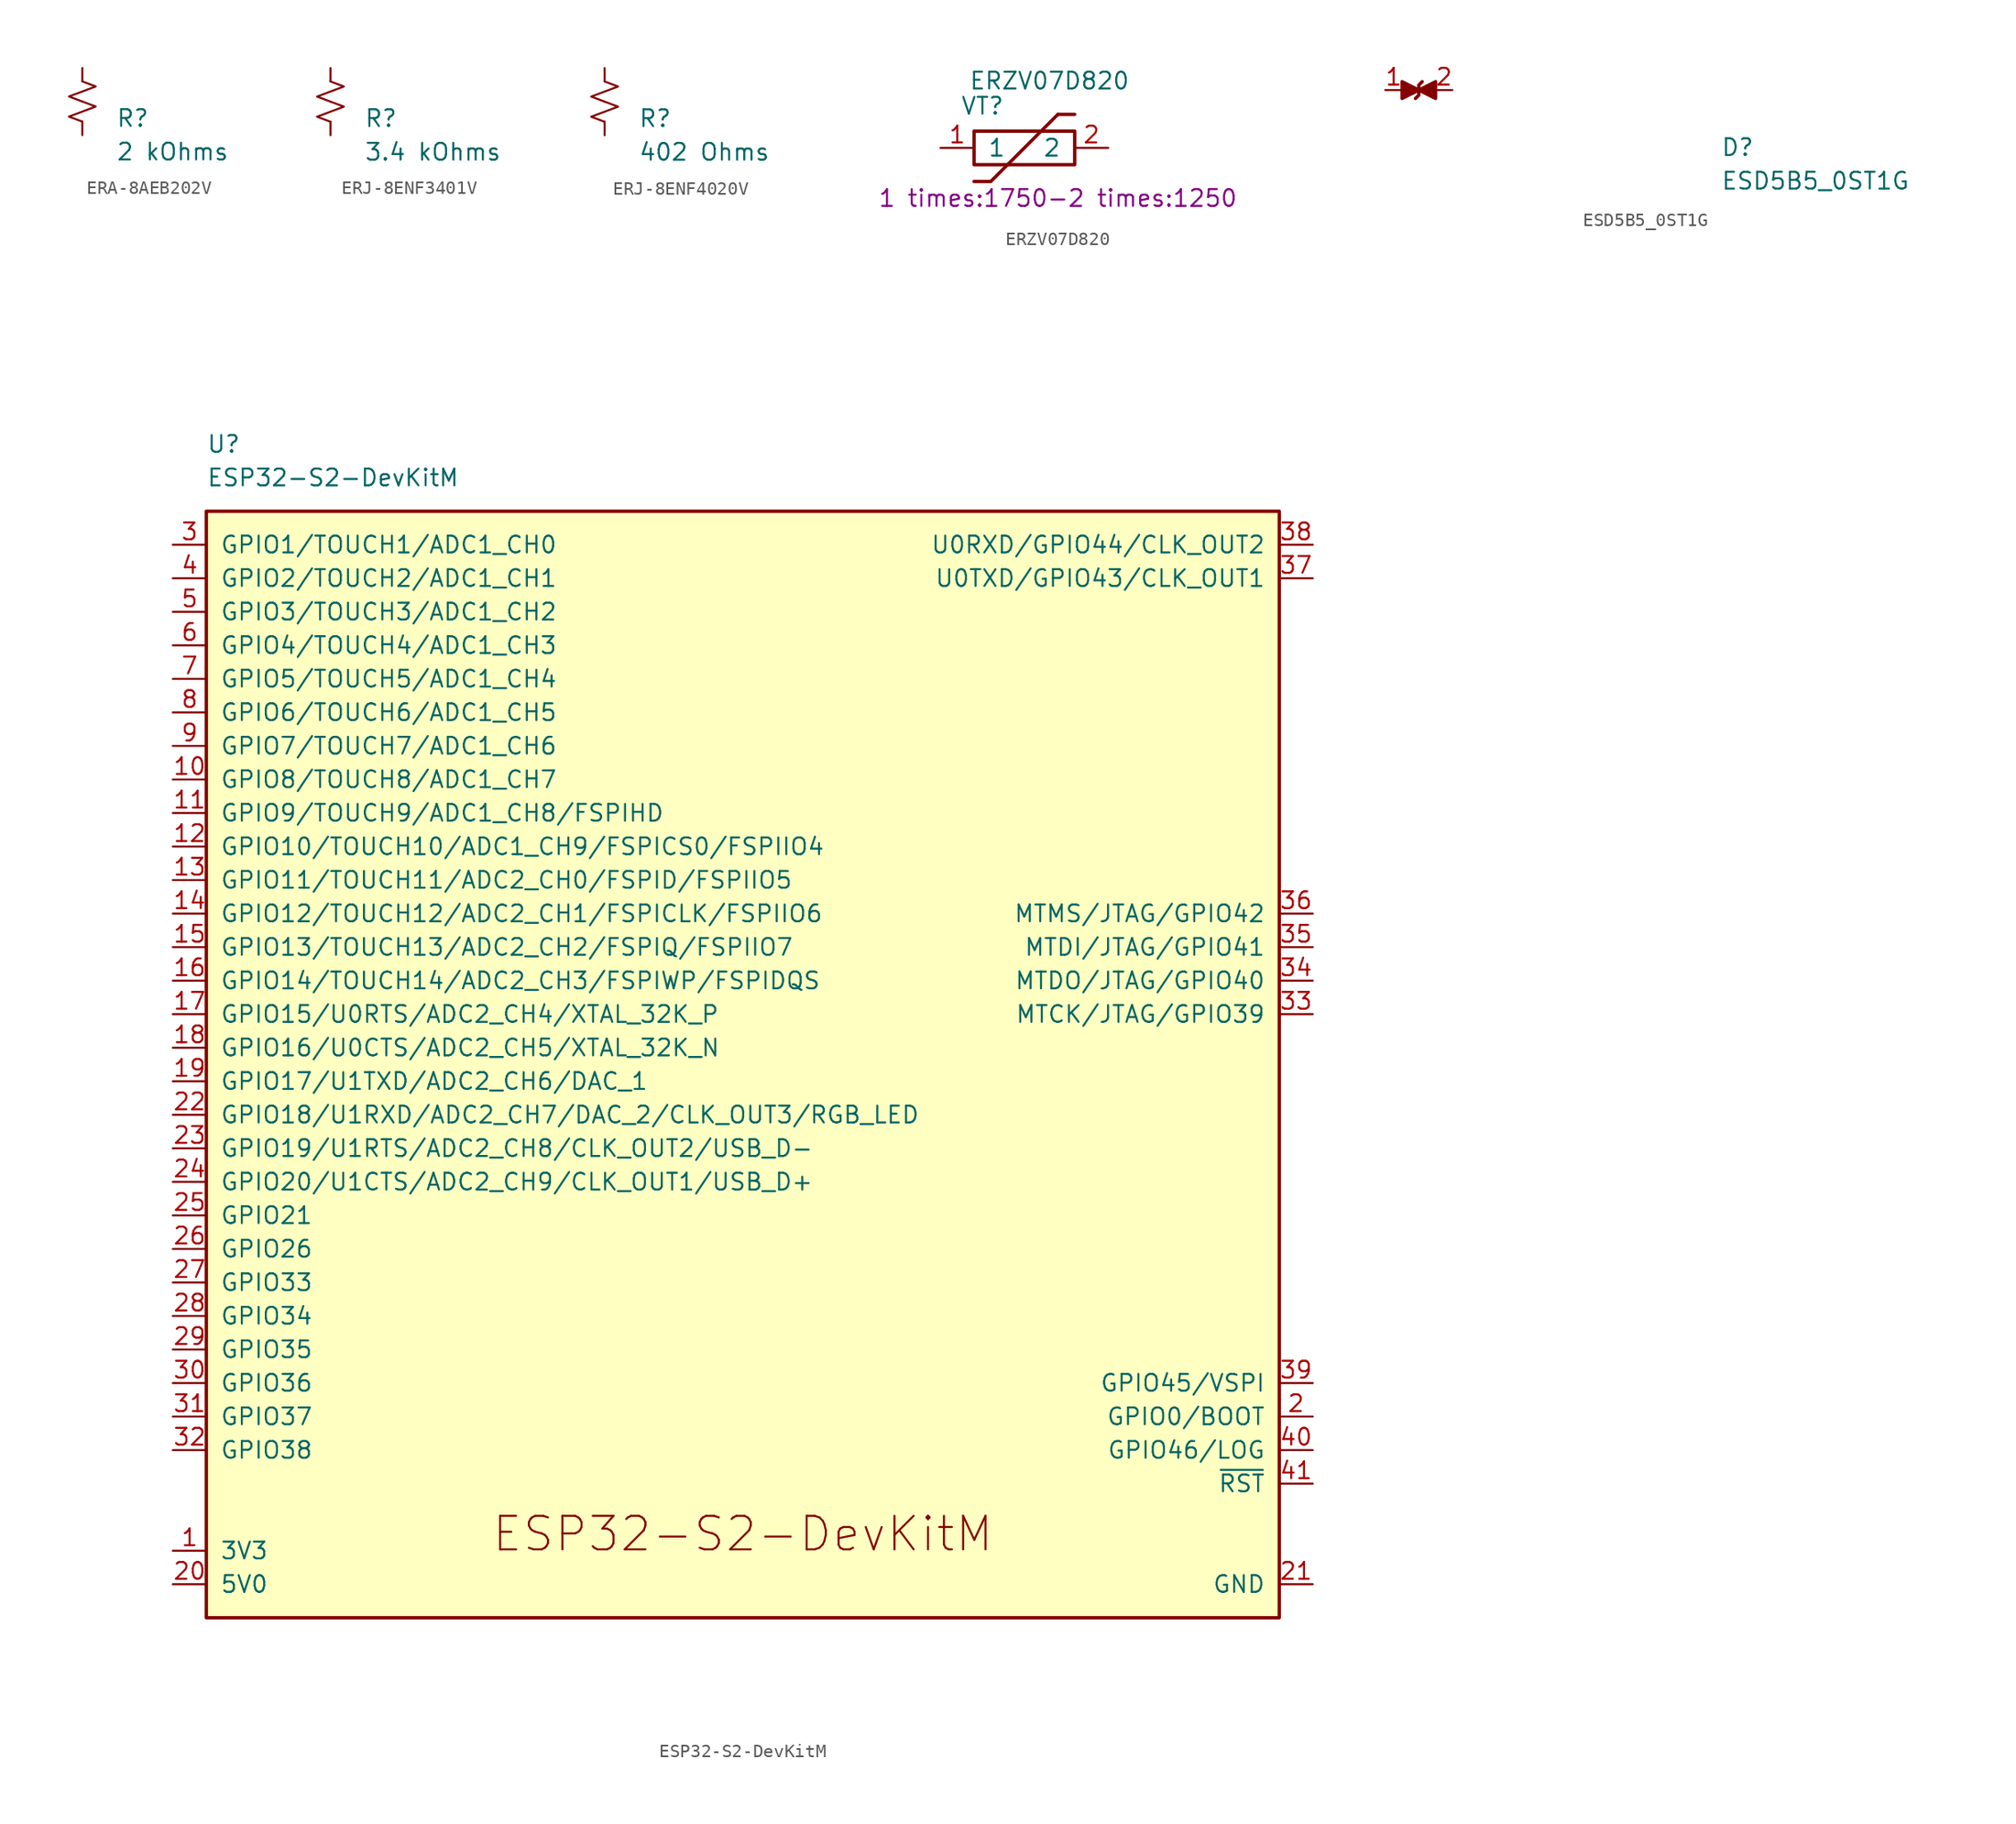
<source format=kicad_sym>
(kicad_symbol_lib
  (version 20231120)
  (generator "kicad_symbol_editor")
  (generator_version "8.0")
  (symbol "ERA-8AEB202V"
    (pin_numbers hide)
    (pin_names
      (offset 0.254) hide)
    (property "Reference" "R"
      (at 2.54 -1.27 0)
      (effects (font (size 1.27 1.27)) (justify left)))
    (property "Value" "2 kOhms"
      (at 2.54 -3.81 0)
      (effects (font (size 1.27 1.27)) (justify left)))
    (symbol "ERA-8AEB202V_1_1"
      (polyline (pts (xy 0 0) (xy 1.016 -0.381) (xy 0 -0.762) (xy -1.016 -1.143) (xy 0 -1.524)) (stroke (width 0) (type default)) (fill (type none)))
      (polyline (pts (xy 0 1.524) (xy 1.016 1.143) (xy 0 0.762) (xy -1.016 0.381) (xy 0 0)) (stroke (width 0) (type default)) (fill (type none)))
      (pin passive line (at 0 2.54 270) (length 1.016) (name "~" (effects (font (size 1.27 1.27)))) (number "1" (effects (font (size 1.27 1.27)))))
      (pin passive line (at 0 -2.54 90) (length 1.016) (name "~" (effects (font (size 1.27 1.27)))) (number "2" (effects (font (size 1.27 1.27)))))))
  (symbol "ERJ-8ENF3401V"
    (pin_numbers hide)
    (pin_names
      (offset 0.254) hide)
    (property "Reference" "R"
      (at 2.54 -1.27 0)
      (effects (font (size 1.27 1.27)) (justify left)))
    (property "Value" "3.4 kOhms"
      (at 2.54 -3.81 0)
      (effects (font (size 1.27 1.27)) (justify left)))
    (symbol "ERJ-8ENF3401V_1_1"
      (polyline (pts (xy 0 0) (xy 1.016 -0.381) (xy 0 -0.762) (xy -1.016 -1.143) (xy 0 -1.524)) (stroke (width 0) (type default)) (fill (type none)))
      (polyline (pts (xy 0 1.524) (xy 1.016 1.143) (xy 0 0.762) (xy -1.016 0.381) (xy 0 0)) (stroke (width 0) (type default)) (fill (type none)))
      (pin passive line (at 0 2.54 270) (length 1.016) (name "~" (effects (font (size 1.27 1.27)))) (number "1" (effects (font (size 1.27 1.27)))))
      (pin passive line (at 0 -2.54 90) (length 1.016) (name "~" (effects (font (size 1.27 1.27)))) (number "2" (effects (font (size 1.27 1.27)))))))
  (symbol "ERJ-8ENF4020V"
    (pin_numbers hide)
    (pin_names
      (offset 0.254) hide)
    (property "Reference" "R"
      (at 2.54 -1.27 0)
      (effects (font (size 1.27 1.27)) (justify left)))
    (property "Value" "402 Ohms"
      (at 2.54 -3.81 0)
      (effects (font (size 1.27 1.27)) (justify left)))
    (symbol "ERJ-8ENF4020V_1_1"
      (polyline (pts (xy 0 0) (xy 1.016 -0.381) (xy 0 -0.762) (xy -1.016 -1.143) (xy 0 -1.524)) (stroke (width 0) (type default)) (fill (type none)))
      (polyline (pts (xy 0 1.524) (xy 1.016 1.143) (xy 0 0.762) (xy -1.016 0.381) (xy 0 0)) (stroke (width 0) (type default)) (fill (type none)))
      (pin passive line (at 0 2.54 270) (length 1.016) (name "~" (effects (font (size 1.27 1.27)))) (number "1" (effects (font (size 1.27 1.27)))))
      (pin passive line (at 0 -2.54 90) (length 1.016) (name "~" (effects (font (size 1.27 1.27)))) (number "2" (effects (font (size 1.27 1.27)))))))
  (symbol "ERZV07D820"
    (pin_names
      (offset 1.016))
    (property "Reference" "VT"
      (at -3.175 3.175 0)
      (effects (font (size 1.27 1.27))))
    (property "Value" "ERZV07D820"
      (at 1.905 5.08 0)
      (effects (font (size 1.27 1.27))))
    (property "Maximum peark current at 8/20us" "1 times:1750-2 times:1250"
      (at 2.54 -3.81 0)
      (effects (font (size 1.27 1.27))))
    (symbol "ERZV07D820_0_1"
      (rectangle (start -3.81 1.27) (end 3.81 -1.27) (stroke (width 0.254) (type solid)) (fill (type none)))
      (polyline (pts (xy 2.54 2.54) (xy 3.81 2.54)) (stroke (width 0.254) (type solid)) (fill (type none)))
      (polyline (pts (xy 2.54 2.54) (xy -2.54 -2.54) (xy -3.81 -2.54)) (stroke (width 0.254) (type solid)) (fill (type none))))
    (symbol "ERZV07D820_1_1"
      (pin input line (at -6.35 0 0) (length 2.54) (name "1" (effects (font (size 1.27 1.27)))) (number "1" (effects (font (size 1.27 1.27)))))
      (pin input line (at 6.35 0 180) (length 2.54) (name "2" (effects (font (size 1.27 1.27)))) (number "2" (effects (font (size 1.27 1.27)))))))
  (symbol "ESD5B5_0ST1G"
    (pin_names hide)
    (property "Reference" "D"
      (at 25.4 -5.08 0)
      (effects (font (size 1.27 1.27) (thickness 0.15)) (justify left bottom)))
    (property "Value" "ESD5B5_0ST1G"
      (at 25.4 -7.62 0)
      (effects (font (size 1.27 1.27) (thickness 0.15)) (justify left bottom)))
    (symbol "ESD5B5_0ST1G_1_1"
      (polyline (pts (xy 2.286 -0.635) (xy 2.54 -0.381) (xy 2.54 0.381) (xy 2.794 0.635)) (stroke (width 0.254) (type default)) (fill (type none)))
      (polyline (pts (xy 2.54 0) (xy 1.27 -0.635) (xy 1.27 0.635) (xy 2.54 0)) (stroke (width 0.254) (type default)) (fill (type outline)))
      (polyline (pts (xy 2.54 0) (xy 3.81 0.635) (xy 3.81 -0.635) (xy 2.54 0)) (stroke (width 0.254) (type default)) (fill (type outline)))
      (pin passive line (at 0 0 0) (length 1.27) (name "1" (effects (font (size 1.27 1.27)))) (number "1" (effects (font (size 1.27 1.27)))))
      (pin passive line (at 5.08 0 180) (length 1.27) (name "2" (effects (font (size 1.27 1.27)))) (number "2" (effects (font (size 1.27 1.27)))))))
  (symbol "ESP32-S2-DevKitM"
    (pin_names
      (offset 1.016))
    (property "Reference" "U"
      (at -40.64 45.72 0)
      (effects (font (size 1.27 1.27)) (justify left)))
    (property "Value" "ESP32-S2-DevKitM"
      (at -40.64 43.18 0)
      (effects (font (size 1.27 1.27)) (justify left)))
    (symbol "ESP32-S2-DevKitM_0_1"
      (rectangle (start -40.64 40.64) (end 40.64 -43.18) (stroke (width 0.254) (type default)) (fill (type background))))
    (symbol "ESP32-S2-DevKitM_1_1"
      (text "ESP32-S2-DevKitM" (at 0 -36.83 0) (effects (font (size 2.54 2.54))))
      (pin power_out line (at -43.18 -38.1 0) (length 2.54) (name "3V3" (effects (font (size 1.27 1.27)))) (number "1" (effects (font (size 1.27 1.27)))))
      (pin bidirectional line (at -43.18 20.32 0) (length 2.54) (name "GPIO8/TOUCH8/ADC1_CH7" (effects (font (size 1.27 1.27)))) (number "10" (effects (font (size 1.27 1.27)))))
      (pin bidirectional line (at -43.18 17.78 0) (length 2.54) (name "GPIO9/TOUCH9/ADC1_CH8/FSPIHD" (effects (font (size 1.27 1.27)))) (number "11" (effects (font (size 1.27 1.27)))))
      (pin bidirectional line (at -43.18 15.24 0) (length 2.54) (name "GPIO10/TOUCH10/ADC1_CH9/FSPICS0/FSPIIO4" (effects (font (size 1.27 1.27)))) (number "12" (effects (font (size 1.27 1.27)))))
      (pin bidirectional line (at -43.18 12.7 0) (length 2.54) (name "GPIO11/TOUCH11/ADC2_CH0/FSPID/FSPIIO5" (effects (font (size 1.27 1.27)))) (number "13" (effects (font (size 1.27 1.27)))))
      (pin bidirectional line (at -43.18 10.16 0) (length 2.54) (name "GPIO12/TOUCH12/ADC2_CH1/FSPICLK/FSPIIO6" (effects (font (size 1.27 1.27)))) (number "14" (effects (font (size 1.27 1.27)))))
      (pin bidirectional line (at -43.18 7.62 0) (length 2.54) (name "GPIO13/TOUCH13/ADC2_CH2/FSPIQ/FSPIIO7" (effects (font (size 1.27 1.27)))) (number "15" (effects (font (size 1.27 1.27)))))
      (pin bidirectional line (at -43.18 5.08 0) (length 2.54) (name "GPIO14/TOUCH14/ADC2_CH3/FSPIWP/FSPIDQS" (effects (font (size 1.27 1.27)))) (number "16" (effects (font (size 1.27 1.27)))))
      (pin bidirectional line (at -43.18 2.54 0) (length 2.54) (name "GPIO15/U0RTS/ADC2_CH4/XTAL_32K_P" (effects (font (size 1.27 1.27)))) (number "17" (effects (font (size 1.27 1.27)))))
      (pin bidirectional line (at -43.18 0 0) (length 2.54) (name "GPIO16/U0CTS/ADC2_CH5/XTAL_32K_N" (effects (font (size 1.27 1.27)))) (number "18" (effects (font (size 1.27 1.27)))))
      (pin bidirectional line (at -43.18 -2.54 0) (length 2.54) (name "GPIO17/U1TXD/ADC2_CH6/DAC_1" (effects (font (size 1.27 1.27)))) (number "19" (effects (font (size 1.27 1.27)))))
      (pin bidirectional line (at 43.18 -27.94 180) (length 2.54) (name "GPIO0/BOOT" (effects (font (size 1.27 1.27)))) (number "2" (effects (font (size 1.27 1.27)))))
      (pin power_in line (at -43.18 -40.64 0) (length 2.54) (name "5V0" (effects (font (size 1.27 1.27)))) (number "20" (effects (font (size 1.27 1.27)))))
      (pin power_in line (at 43.18 -40.64 180) (length 2.54) (name "GND" (effects (font (size 1.27 1.27)))) (number "21" (effects (font (size 1.27 1.27)))))
      (pin bidirectional line (at -43.18 -5.08 0) (length 2.54) (name "GPIO18/U1RXD/ADC2_CH7/DAC_2/CLK_OUT3/RGB_LED" (effects (font (size 1.27 1.27)))) (number "22" (effects (font (size 1.27 1.27)))))
      (pin bidirectional line (at -43.18 -7.62 0) (length 2.54) (name "GPIO19/U1RTS/ADC2_CH8/CLK_OUT2/USB_D-" (effects (font (size 1.27 1.27)))) (number "23" (effects (font (size 1.27 1.27)))))
      (pin bidirectional line (at -43.18 -10.16 0) (length 2.54) (name "GPIO20/U1CTS/ADC2_CH9/CLK_OUT1/USB_D+" (effects (font (size 1.27 1.27)))) (number "24" (effects (font (size 1.27 1.27)))))
      (pin bidirectional line (at -43.18 -12.7 0) (length 2.54) (name "GPIO21" (effects (font (size 1.27 1.27)))) (number "25" (effects (font (size 1.27 1.27)))))
      (pin bidirectional line (at -43.18 -15.24 0) (length 2.54) (name "GPIO26" (effects (font (size 1.27 1.27)))) (number "26" (effects (font (size 1.27 1.27)))))
      (pin bidirectional line (at -43.18 -17.78 0) (length 2.54) (name "GPIO33" (effects (font (size 1.27 1.27)))) (number "27" (effects (font (size 1.27 1.27)))))
      (pin bidirectional line (at -43.18 -20.32 0) (length 2.54) (name "GPIO34" (effects (font (size 1.27 1.27)))) (number "28" (effects (font (size 1.27 1.27)))))
      (pin bidirectional line (at -43.18 -22.86 0) (length 2.54) (name "GPIO35" (effects (font (size 1.27 1.27)))) (number "29" (effects (font (size 1.27 1.27)))))
      (pin bidirectional line (at -43.18 38.1 0) (length 2.54) (name "GPIO1/TOUCH1/ADC1_CH0" (effects (font (size 1.27 1.27)))) (number "3" (effects (font (size 1.27 1.27)))))
      (pin bidirectional line (at -43.18 -25.4 0) (length 2.54) (name "GPIO36" (effects (font (size 1.27 1.27)))) (number "30" (effects (font (size 1.27 1.27)))))
      (pin bidirectional line (at -43.18 -27.94 0) (length 2.54) (name "GPIO37" (effects (font (size 1.27 1.27)))) (number "31" (effects (font (size 1.27 1.27)))))
      (pin bidirectional line (at -43.18 -30.48 0) (length 2.54) (name "GPIO38" (effects (font (size 1.27 1.27)))) (number "32" (effects (font (size 1.27 1.27)))))
      (pin bidirectional line (at 43.18 2.54 180) (length 2.54) (name "MTCK/JTAG/GPIO39" (effects (font (size 1.27 1.27)))) (number "33" (effects (font (size 1.27 1.27)))))
      (pin bidirectional line (at 43.18 5.08 180) (length 2.54) (name "MTDO/JTAG/GPIO40" (effects (font (size 1.27 1.27)))) (number "34" (effects (font (size 1.27 1.27)))))
      (pin bidirectional line (at 43.18 7.62 180) (length 2.54) (name "MTDI/JTAG/GPIO41" (effects (font (size 1.27 1.27)))) (number "35" (effects (font (size 1.27 1.27)))))
      (pin bidirectional line (at 43.18 10.16 180) (length 2.54) (name "MTMS/JTAG/GPIO42" (effects (font (size 1.27 1.27)))) (number "36" (effects (font (size 1.27 1.27)))))
      (pin bidirectional line (at 43.18 35.56 180) (length 2.54) (name "U0TXD/GPIO43/CLK_OUT1" (effects (font (size 1.27 1.27)))) (number "37" (effects (font (size 1.27 1.27)))))
      (pin bidirectional line (at 43.18 38.1 180) (length 2.54) (name "U0RXD/GPIO44/CLK_OUT2" (effects (font (size 1.27 1.27)))) (number "38" (effects (font (size 1.27 1.27)))))
      (pin bidirectional line (at 43.18 -25.4 180) (length 2.54) (name "GPIO45/VSPI" (effects (font (size 1.27 1.27)))) (number "39" (effects (font (size 1.27 1.27)))))
      (pin bidirectional line (at -43.18 35.56 0) (length 2.54) (name "GPIO2/TOUCH2/ADC1_CH1" (effects (font (size 1.27 1.27)))) (number "4" (effects (font (size 1.27 1.27)))))
      (pin input line (at 43.18 -30.48 180) (length 2.54) (name "GPIO46/LOG" (effects (font (size 1.27 1.27)))) (number "40" (effects (font (size 1.27 1.27)))))
      (pin input line (at 43.18 -33.02 180) (length 2.54) (name "~{RST}" (effects (font (size 1.27 1.27)))) (number "41" (effects (font (size 1.27 1.27)))))
      (pin passive line (at 43.18 -40.64 180) (length 2.54) hide (name "GND" (effects (font (size 1.27 1.27)))) (number "42" (effects (font (size 1.27 1.27)))))
      (pin bidirectional line (at -43.18 33.02 0) (length 2.54) (name "GPIO3/TOUCH3/ADC1_CH2" (effects (font (size 1.27 1.27)))) (number "5" (effects (font (size 1.27 1.27)))))
      (pin bidirectional line (at -43.18 30.48 0) (length 2.54) (name "GPIO4/TOUCH4/ADC1_CH3" (effects (font (size 1.27 1.27)))) (number "6" (effects (font (size 1.27 1.27)))))
      (pin bidirectional line (at -43.18 27.94 0) (length 2.54) (name "GPIO5/TOUCH5/ADC1_CH4" (effects (font (size 1.27 1.27)))) (number "7" (effects (font (size 1.27 1.27)))))
      (pin bidirectional line (at -43.18 25.4 0) (length 2.54) (name "GPIO6/TOUCH6/ADC1_CH5" (effects (font (size 1.27 1.27)))) (number "8" (effects (font (size 1.27 1.27)))))
      (pin bidirectional line (at -43.18 22.86 0) (length 2.54) (name "GPIO7/TOUCH7/ADC1_CH6" (effects (font (size 1.27 1.27)))) (number "9" (effects (font (size 1.27 1.27))))))))
</source>
